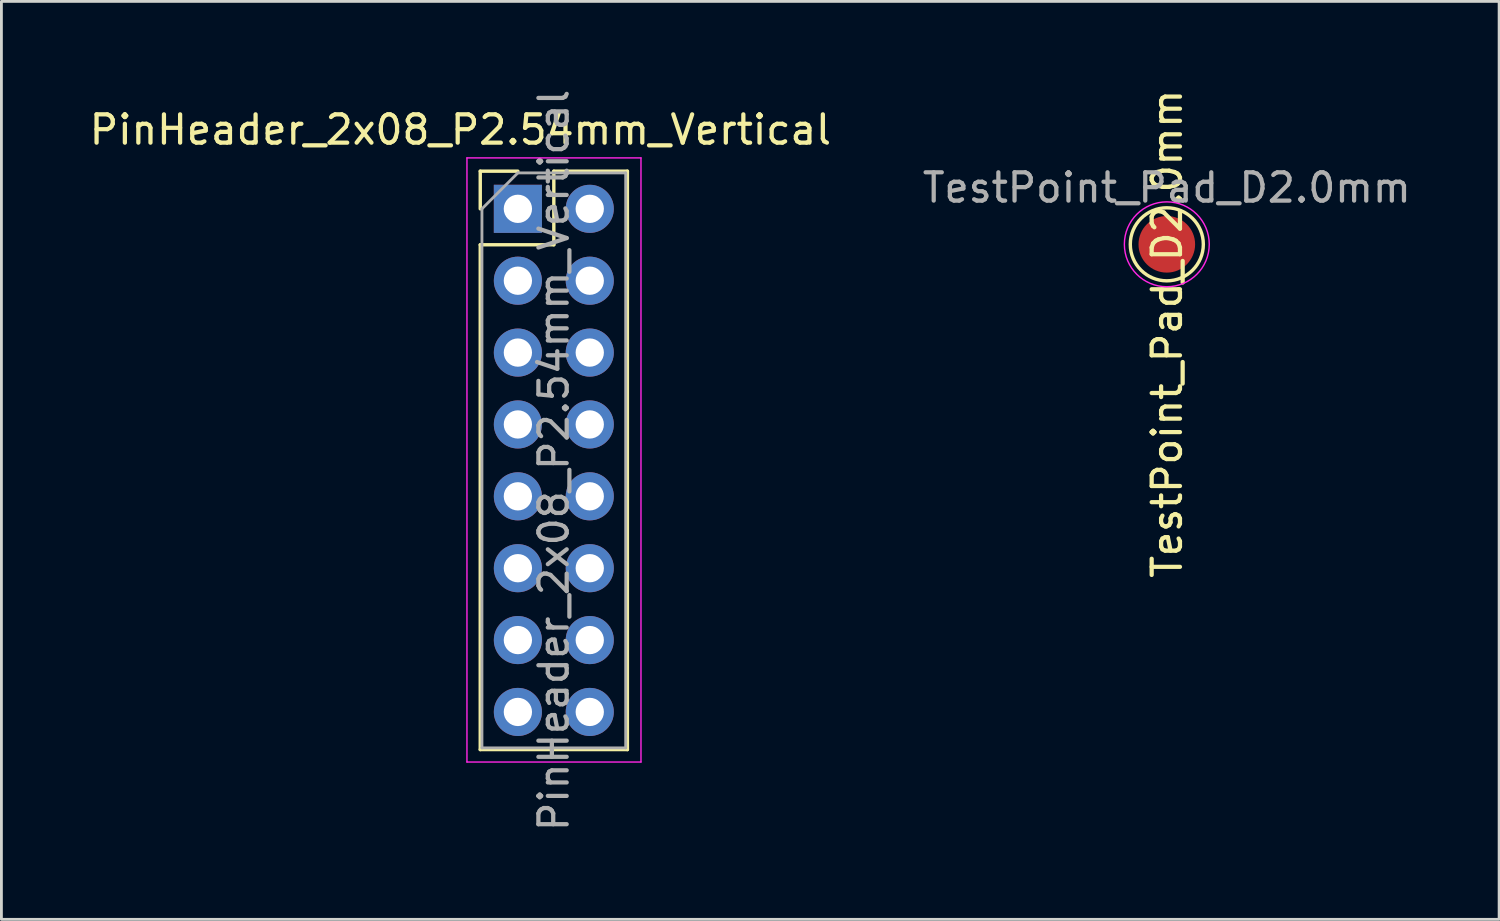
<source format=kicad_pcb>
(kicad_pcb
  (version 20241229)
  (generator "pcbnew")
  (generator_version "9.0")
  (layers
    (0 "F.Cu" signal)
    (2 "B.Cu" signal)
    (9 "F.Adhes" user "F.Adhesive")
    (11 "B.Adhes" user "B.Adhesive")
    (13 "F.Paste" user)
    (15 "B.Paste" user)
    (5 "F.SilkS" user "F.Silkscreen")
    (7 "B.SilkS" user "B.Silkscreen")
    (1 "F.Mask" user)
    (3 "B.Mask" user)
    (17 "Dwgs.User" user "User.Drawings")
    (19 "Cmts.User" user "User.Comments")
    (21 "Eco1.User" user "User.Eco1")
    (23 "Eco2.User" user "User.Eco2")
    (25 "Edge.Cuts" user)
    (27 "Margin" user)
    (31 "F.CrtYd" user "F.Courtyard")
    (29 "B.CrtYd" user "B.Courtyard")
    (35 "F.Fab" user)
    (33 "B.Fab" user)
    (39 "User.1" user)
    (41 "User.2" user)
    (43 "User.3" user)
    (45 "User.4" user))
  (footprint "PinHeader_2x08_P2.54mm_Vertical"
    (layer "F.Cu")
    (at 15.252 4.33)
    (property "Reference" "PinHeader_2x08_P2.54mm_Vertical" (at -2.032 -2.794 180) (layer "F.SilkS") (effects (font (size 1 1) (thickness 0.15))))
    (attr through_hole)
    (fp_line (start -1.33 -1.33) (end 0 -1.33) (stroke (width 0.12) (type solid)) (layer "F.SilkS"))
    (fp_line (start -1.33 0) (end -1.33 -1.33) (stroke (width 0.12) (type solid)) (layer "F.SilkS"))
    (fp_line (start -1.33 1.27) (end -1.33 19.11) (stroke (width 0.12) (type solid)) (layer "F.SilkS"))
    (fp_line (start -1.33 1.27) (end 1.27 1.27) (stroke (width 0.12) (type solid)) (layer "F.SilkS"))
    (fp_line (start -1.33 19.11) (end 3.87 19.11) (stroke (width 0.12) (type solid)) (layer "F.SilkS"))
    (fp_line (start 1.27 -1.33) (end 3.87 -1.33) (stroke (width 0.12) (type solid)) (layer "F.SilkS"))
    (fp_line (start 1.27 1.27) (end 1.27 -1.33) (stroke (width 0.12) (type solid)) (layer "F.SilkS"))
    (fp_line (start 3.87 -1.33) (end 3.87 19.11) (stroke (width 0.12) (type solid)) (layer "F.SilkS"))
    (fp_line (start -1.8 -1.8) (end -1.8 19.55) (stroke (width 0.05) (type solid)) (layer "F.CrtYd"))
    (fp_line (start -1.8 19.55) (end 4.35 19.55) (stroke (width 0.05) (type solid)) (layer "F.CrtYd"))
    (fp_line (start 4.35 -1.8) (end -1.8 -1.8) (stroke (width 0.05) (type solid)) (layer "F.CrtYd"))
    (fp_line (start 4.35 19.55) (end 4.35 -1.8) (stroke (width 0.05) (type solid)) (layer "F.CrtYd"))
    (fp_line (start -1.27 0) (end 0 -1.27) (stroke (width 0.1) (type solid)) (layer "F.Fab"))
    (fp_line (start -1.27 19.05) (end -1.27 0) (stroke (width 0.1) (type solid)) (layer "F.Fab"))
    (fp_line (start 0 -1.27) (end 3.81 -1.27) (stroke (width 0.1) (type solid)) (layer "F.Fab"))
    (fp_line (start 3.81 -1.27) (end 3.81 19.05) (stroke (width 0.1) (type solid)) (layer "F.Fab"))
    (fp_line (start 3.81 19.05) (end -1.27 19.05) (stroke (width 0.1) (type solid)) (layer "F.Fab"))
    (fp_text user "${REFERENCE}" (at 1.27 8.89 270) (layer "F.Fab") (effects (font (size 1 1) (thickness 0.15))))
    (pad "1" thru_hole rect (at 0 0) (size 1.7 1.7) (drill 1) (layers "*.Cu" "*.Mask"))
    (pad "2" thru_hole oval (at 2.54 0) (size 1.7 1.7) (drill 1) (layers "*.Cu" "*.Mask"))
    (pad "3" thru_hole oval (at 0 2.54) (size 1.7 1.7) (drill 1) (layers "*.Cu" "*.Mask"))
    (pad "4" thru_hole oval (at 2.54 2.54) (size 1.7 1.7) (drill 1) (layers "*.Cu" "*.Mask"))
    (pad "5" thru_hole oval (at 0 5.08) (size 1.7 1.7) (drill 1) (layers "*.Cu" "*.Mask"))
    (pad "6" thru_hole oval (at 2.54 5.08) (size 1.7 1.7) (drill 1) (layers "*.Cu" "*.Mask"))
    (pad "7" thru_hole oval (at 0 7.62) (size 1.7 1.7) (drill 1) (layers "*.Cu" "*.Mask"))
    (pad "8" thru_hole oval (at 2.54 7.62) (size 1.7 1.7) (drill 1) (layers "*.Cu" "*.Mask"))
    (pad "9" thru_hole oval (at 0 10.16) (size 1.7 1.7) (drill 1) (layers "*.Cu" "*.Mask"))
    (pad "10" thru_hole oval (at 2.54 10.16) (size 1.7 1.7) (drill 1) (layers "*.Cu" "*.Mask"))
    (pad "11" thru_hole oval (at 0 12.7) (size 1.7 1.7) (drill 1) (layers "*.Cu" "*.Mask"))
    (pad "12" thru_hole oval (at 2.54 12.7) (size 1.7 1.7) (drill 1) (layers "*.Cu" "*.Mask"))
    (pad "13" thru_hole oval (at 0 15.24) (size 1.7 1.7) (drill 1) (layers "*.Cu" "*.Mask"))
    (pad "14" thru_hole oval (at 2.54 15.24) (size 1.7 1.7) (drill 1) (layers "*.Cu" "*.Mask"))
    (pad "15" thru_hole oval (at 0 17.78) (size 1.7 1.7) (drill 1) (layers "*.Cu" "*.Mask"))
    (pad "16" thru_hole oval (at 2.54 17.78) (size 1.7 1.7) (drill 1) (layers "*.Cu" "*.Mask")))
  (footprint "TestPoint_Pad_D2.0mm"
    (layer "F.Cu")
    (at 38.185 5.584)
    (property "Reference" "TestPoint_Pad_D2.0mm" (at 0.01 3.16 90) (layer "F.SilkS") (effects (font (size 1 1) (thickness 0.15))))
    (attr exclude_from_pos_files)
    (fp_circle (center 0 0) (end -0.04 1.29) (stroke (width 0.12) (type solid)) (fill no) (layer "F.SilkS"))
    (fp_circle (center 0 0) (end 1.5 0) (stroke (width 0.05) (type solid)) (fill no) (layer "F.CrtYd"))
    (fp_text user "${REFERENCE}" (at 0 -2 0) (layer "F.Fab") (effects (font (size 1 1) (thickness 0.15))))
    (pad "1" smd circle (at 0 0) (size 2 2) (layers "F.Cu" "F.Mask")))
  (gr_rect
    (start -3 -3)
    (end 49.929 29.44)
    (stroke (width 0.1) (type default))
    (fill no)
    (layer "Edge.Cuts")))
</source>
